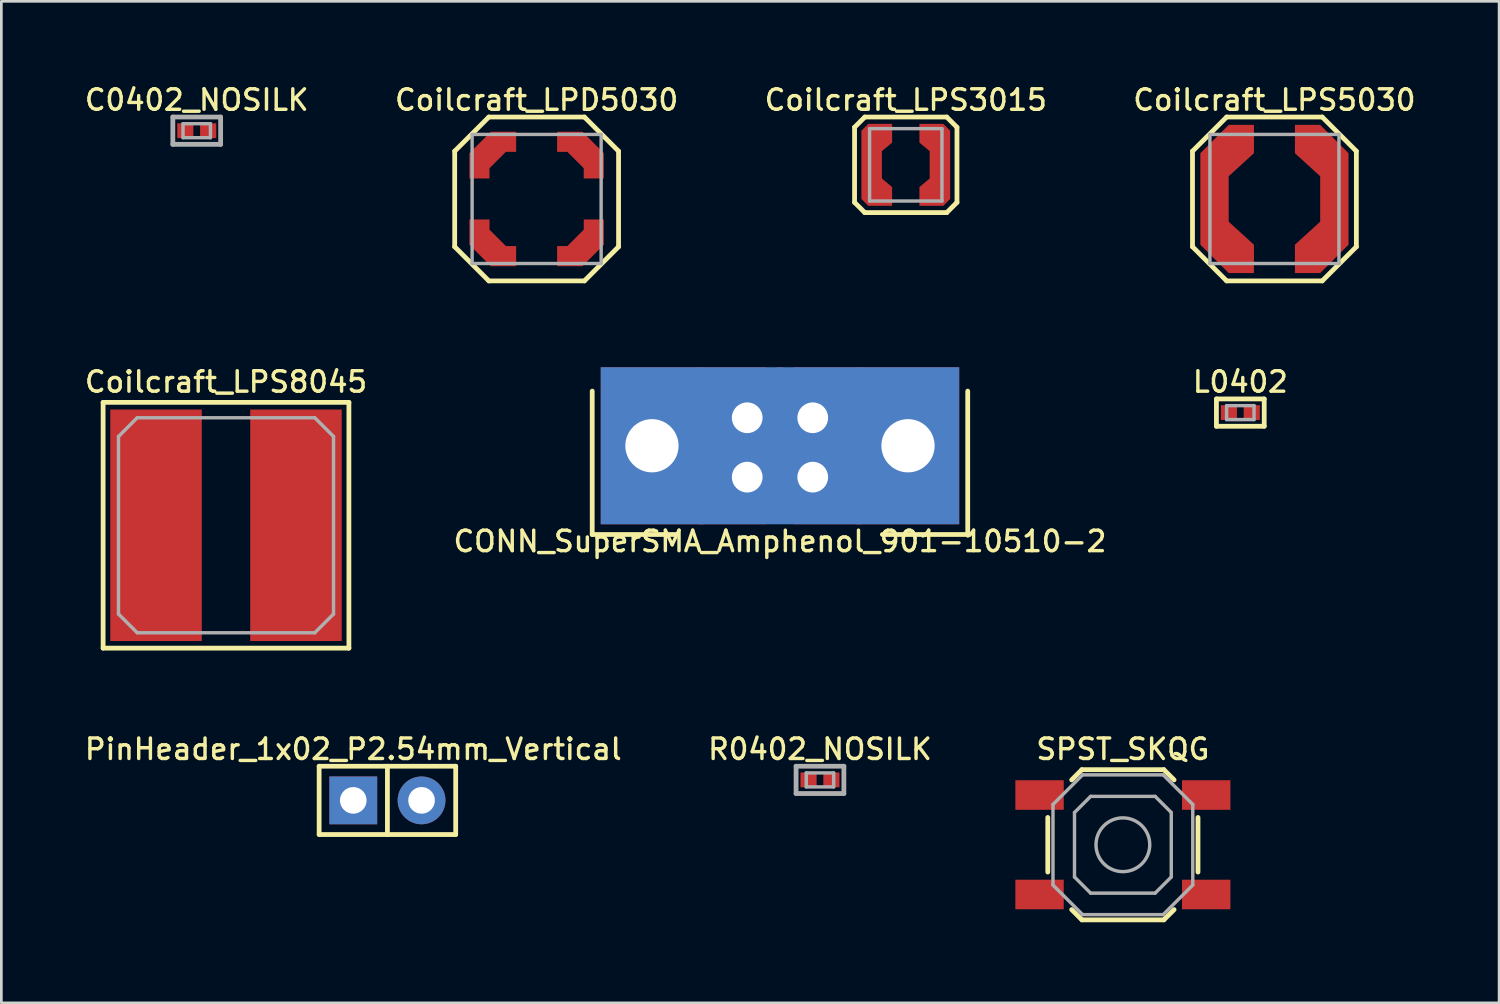
<source format=kicad_pcb>
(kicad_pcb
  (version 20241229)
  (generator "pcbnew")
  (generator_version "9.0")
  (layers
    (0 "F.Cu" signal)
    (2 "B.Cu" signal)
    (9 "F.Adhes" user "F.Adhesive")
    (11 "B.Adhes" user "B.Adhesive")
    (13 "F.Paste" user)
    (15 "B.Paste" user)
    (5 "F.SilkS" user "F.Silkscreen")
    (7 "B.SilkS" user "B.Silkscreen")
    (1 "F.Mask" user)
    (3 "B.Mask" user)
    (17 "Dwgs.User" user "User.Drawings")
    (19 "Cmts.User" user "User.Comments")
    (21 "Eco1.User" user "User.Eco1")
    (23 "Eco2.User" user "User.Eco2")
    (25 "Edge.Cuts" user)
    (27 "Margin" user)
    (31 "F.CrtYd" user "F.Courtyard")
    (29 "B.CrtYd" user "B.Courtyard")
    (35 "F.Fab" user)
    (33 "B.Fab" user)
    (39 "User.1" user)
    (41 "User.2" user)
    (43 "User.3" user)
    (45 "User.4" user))
  (footprint "C0402_NOSILK"
    (layer "F.Cu")
    (at 4.269 1.812)
    (property "Reference" "C0402_NOSILK" (at 0 -1.143 0) (layer "F.SilkS") (effects (font (size 0.762 0.762) (thickness 0.127))))
    (attr smd)
    (fp_line (start -0.889 -0.508) (end -0.889 0.508) (stroke (width 0.178) (type solid)) (layer "F.Fab"))
    (fp_line (start -0.889 -0.508) (end 0.889 -0.508) (stroke (width 0.178) (type solid)) (layer "F.Fab"))
    (fp_line (start -0.889 0.508) (end 0.889 0.508) (stroke (width 0.178) (type solid)) (layer "F.Fab"))
    (fp_line (start -0.51 -0.26) (end -0.51 0.26) (stroke (width 0.127) (type solid)) (layer "F.Fab"))
    (fp_line (start -0.51 -0.26) (end 0.51 -0.26) (stroke (width 0.127) (type solid)) (layer "F.Fab"))
    (fp_line (start -0.51 0.26) (end 0.51 0.26) (stroke (width 0.127) (type solid)) (layer "F.Fab"))
    (fp_line (start 0.51 -0.26) (end 0.51 0.26) (stroke (width 0.127) (type solid)) (layer "F.Fab"))
    (fp_line (start 0.889 -0.508) (end 0.889 0.508) (stroke (width 0.178) (type solid)) (layer "F.Fab"))
    (pad "1" smd rect (at -0.425 0) (size 0.6 0.55) (layers "F.Cu" "F.Mask" "F.Paste"))
    (pad "2" smd rect (at 0.425 0) (size 0.6 0.55) (layers "F.Cu" "F.Mask" "F.Paste")))
  (footprint "PinHeader_1x02_P2.54mm_Vertical"
    (layer "F.Cu")
    (at 10.093 26.726)
    (property "Reference" "PinHeader_1x02_P2.54mm_Vertical" (at 0 -1.905 0) (layer "F.SilkS") (effects (font (size 0.762 0.762) (thickness 0.127))))
    (attr through_hole)
    (fp_line (start -1.27 -1.27) (end 3.81 -1.27) (stroke (width 0.178) (type solid)) (layer "F.SilkS"))
    (fp_line (start -1.27 1.27) (end -1.27 -1.27) (stroke (width 0.178) (type solid)) (layer "F.SilkS"))
    (fp_line (start 1.27 -1.27) (end 1.27 1.27) (stroke (width 0.178) (type solid)) (layer "F.SilkS"))
    (fp_line (start 3.81 -1.27) (end 3.81 1.27) (stroke (width 0.178) (type solid)) (layer "F.SilkS"))
    (fp_line (start 3.81 1.27) (end -1.27 1.27) (stroke (width 0.178) (type solid)) (layer "F.SilkS"))
    (pad "1" thru_hole rect (at 0 0) (size 1.778 1.778) (drill 0.991) (layers "*.Cu" "*.Mask"))
    (pad "2" thru_hole circle (at 2.54 0) (size 1.778 1.778) (drill 0.991) (layers "*.Cu" "*.Mask")))
  (footprint "Coilcraft_LPS3015"
    (layer "F.Cu")
    (at 30.647 3.082)
    (property "Reference" "Coilcraft_LPS3015" (at 0 -2.413 0) (layer "F.SilkS") (effects (font (size 0.762 0.762) (thickness 0.127))))
    (attr smd)
    (fp_line (start -1.905 -1.397) (end -1.905 1.397) (stroke (width 0.178) (type solid)) (layer "F.SilkS"))
    (fp_line (start -1.905 1.397) (end -1.524 1.778) (stroke (width 0.178) (type solid)) (layer "F.SilkS"))
    (fp_line (start -1.524 -1.778) (end -1.905 -1.397) (stroke (width 0.178) (type solid)) (layer "F.SilkS"))
    (fp_line (start -1.524 1.778) (end 1.524 1.778) (stroke (width 0.178) (type solid)) (layer "F.SilkS"))
    (fp_line (start 1.524 -1.778) (end -1.524 -1.778) (stroke (width 0.178) (type solid)) (layer "F.SilkS"))
    (fp_line (start 1.524 1.778) (end 1.905 1.397) (stroke (width 0.178) (type solid)) (layer "F.SilkS"))
    (fp_line (start 1.905 -1.397) (end 1.524 -1.778) (stroke (width 0.178) (type solid)) (layer "F.SilkS"))
    (fp_line (start 1.905 1.397) (end 1.905 -1.397) (stroke (width 0.178) (type solid)) (layer "F.SilkS"))
    (fp_line (start -1.346 -1.346) (end -1.346 1.346) (stroke (width 0.127) (type solid)) (layer "F.Fab"))
    (fp_line (start -1.346 -1.346) (end 1.346 -1.346) (stroke (width 0.127) (type solid)) (layer "F.Fab"))
    (fp_line (start -1.346 1.346) (end 1.346 1.346) (stroke (width 0.127) (type solid)) (layer "F.Fab"))
    (fp_line (start 1.346 1.346) (end 1.346 -1.346) (stroke (width 0.127) (type solid)) (layer "F.Fab"))
    (pad "1" smd custom (at -1.27 0) (size 0.762 2.54) (layers "F.Cu" "F.Mask" "F.Paste") (options (anchor rect)) (primitives (gr_poly (pts (xy -0.381 -1.27) (xy -0.127 -1.524) (xy 0.762 -1.524) (xy 0.762 -0.826) (xy 0.381 -0.508) (xy 0.381 0.508) (xy 0.762 0.826) (xy 0.762 1.524) (xy -0.127 1.524) (xy -0.381 1.27)) (width 0) (fill yes))))
    (pad "2" smd custom (at 1.27 0 180) (size 0.762 2.54) (layers "F.Cu" "F.Mask" "F.Paste") (options (anchor rect)) (primitives (gr_poly (pts (xy -0.381 -1.27) (xy -0.127 -1.524) (xy 0.762 -1.524) (xy 0.762 -0.826) (xy 0.381 -0.508) (xy 0.381 0.508) (xy 0.762 0.826) (xy 0.762 1.524) (xy -0.127 1.524) (xy -0.381 1.27)) (width 0) (fill yes)))))
  (footprint "Coilcraft_LPS8045"
    (layer "F.Cu")
    (at 5.358 16.491)
    (property "Reference" "Coilcraft_LPS8045" (at 0 -5.334 0) (unlocked yes) (layer "F.SilkS") (effects (font (size 0.762 0.762) (thickness 0.127))))
    (attr smd)
    (fp_line (start -4.572 -4.572) (end 4.572 -4.572) (stroke (width 0.178) (type solid)) (layer "F.SilkS"))
    (fp_line (start -4.572 4.572) (end -4.572 -4.572) (stroke (width 0.178) (type solid)) (layer "F.SilkS"))
    (fp_line (start 4.572 -4.572) (end 4.572 4.572) (stroke (width 0.178) (type solid)) (layer "F.SilkS"))
    (fp_line (start 4.572 4.572) (end -4.572 4.572) (stroke (width 0.178) (type solid)) (layer "F.SilkS"))
    (fp_line (start -4 -3.302) (end -3.302 -4) (stroke (width 0.127) (type solid)) (layer "F.Fab"))
    (fp_line (start -4 3.302) (end -4 -3.302) (stroke (width 0.127) (type solid)) (layer "F.Fab"))
    (fp_line (start -3.302 -4) (end 3.302 -4) (stroke (width 0.127) (type solid)) (layer "F.Fab"))
    (fp_line (start -3.302 4) (end -4 3.302) (stroke (width 0.127) (type solid)) (layer "F.Fab"))
    (fp_line (start 3.302 -4) (end 4 -3.302) (stroke (width 0.127) (type solid)) (layer "F.Fab"))
    (fp_line (start 3.302 4) (end -3.302 4) (stroke (width 0.127) (type solid)) (layer "F.Fab"))
    (fp_line (start 4 -3.302) (end 4 3.302) (stroke (width 0.127) (type solid)) (layer "F.Fab"))
    (fp_line (start 4 3.302) (end 3.302 4) (stroke (width 0.127) (type solid)) (layer "F.Fab"))
    (pad "1" smd rect (at -2.603 0 180) (size 3.404 8.611) (layers "F.Cu" "F.Mask" "F.Paste"))
    (pad "2" smd rect (at 2.603 0) (size 3.404 8.611) (layers "F.Cu" "F.Mask" "F.Paste")))
  (footprint "R0402_NOSILK"
    (layer "F.Cu")
    (at 27.455 25.964)
    (property "Reference" "R0402_NOSILK" (at 0 -1.143 0) (layer "F.SilkS") (effects (font (size 0.762 0.762) (thickness 0.127))))
    (attr smd)
    (fp_line (start -0.889 -0.508) (end -0.889 0.508) (stroke (width 0.178) (type solid)) (layer "F.Fab"))
    (fp_line (start -0.889 -0.508) (end 0.889 -0.508) (stroke (width 0.178) (type solid)) (layer "F.Fab"))
    (fp_line (start -0.889 0.508) (end 0.889 0.508) (stroke (width 0.178) (type solid)) (layer "F.Fab"))
    (fp_line (start -0.51 -0.26) (end -0.51 0.26) (stroke (width 0.127) (type solid)) (layer "F.Fab"))
    (fp_line (start -0.51 -0.26) (end 0.51 -0.26) (stroke (width 0.127) (type solid)) (layer "F.Fab"))
    (fp_line (start -0.51 0.26) (end 0.51 0.26) (stroke (width 0.127) (type solid)) (layer "F.Fab"))
    (fp_line (start 0.51 -0.26) (end 0.51 0.26) (stroke (width 0.127) (type solid)) (layer "F.Fab"))
    (fp_line (start 0.889 0.508) (end 0.889 -0.508) (stroke (width 0.178) (type solid)) (layer "F.Fab"))
    (pad "1" smd rect (at -0.425 0) (size 0.6 0.55) (layers "F.Cu" "F.Mask" "F.Paste"))
    (pad "2" smd rect (at 0.425 0) (size 0.6 0.55) (layers "F.Cu" "F.Mask" "F.Paste")))
  (footprint "SPST_SKQG"
    (layer "F.Cu")
    (at 38.724 28.377)
    (property "Reference" "SPST_SKQG" (at 0 -3.556 0) (layer "F.SilkS") (effects (font (size 0.762 0.762) (thickness 0.127))))
    (attr smd)
    (fp_line (start -2.794 1.016) (end -2.794 -1.016) (stroke (width 0.178) (type solid)) (layer "F.SilkS"))
    (fp_line (start -1.905 -2.413) (end -1.524 -2.794) (stroke (width 0.178) (type solid)) (layer "F.SilkS"))
    (fp_line (start -1.905 2.413) (end -1.524 2.794) (stroke (width 0.178) (type solid)) (layer "F.SilkS"))
    (fp_line (start -1.524 -2.794) (end 1.524 -2.794) (stroke (width 0.178) (type solid)) (layer "F.SilkS"))
    (fp_line (start -1.524 2.794) (end 1.524 2.794) (stroke (width 0.178) (type solid)) (layer "F.SilkS"))
    (fp_line (start 1.524 -2.794) (end 1.905 -2.413) (stroke (width 0.178) (type solid)) (layer "F.SilkS"))
    (fp_line (start 1.524 2.794) (end 1.905 2.413) (stroke (width 0.178) (type solid)) (layer "F.SilkS"))
    (fp_line (start 2.794 -1.016) (end 2.794 1.016) (stroke (width 0.178) (type solid)) (layer "F.SilkS"))
    (fp_line (start -2.6 -1.5) (end -1.5 -2.6) (stroke (width 0.127) (type solid)) (layer "F.Fab"))
    (fp_line (start -2.6 1.5) (end -2.6 -1.5) (stroke (width 0.127) (type solid)) (layer "F.Fab"))
    (fp_line (start -1.8 -1.2) (end -1.2 -1.8) (stroke (width 0.127) (type solid)) (layer "F.Fab"))
    (fp_line (start -1.8 1.2) (end -1.8 -1.2) (stroke (width 0.127) (type solid)) (layer "F.Fab"))
    (fp_line (start -1.5 -2.6) (end 1.5 -2.6) (stroke (width 0.127) (type solid)) (layer "F.Fab"))
    (fp_line (start -1.5 2.6) (end -2.6 1.5) (stroke (width 0.127) (type solid)) (layer "F.Fab"))
    (fp_line (start -1.2 -1.8) (end 1.2 -1.8) (stroke (width 0.127) (type solid)) (layer "F.Fab"))
    (fp_line (start -1.2 1.8) (end -1.8 1.2) (stroke (width 0.127) (type solid)) (layer "F.Fab"))
    (fp_line (start 1.2 -1.8) (end 1.8 -1.2) (stroke (width 0.127) (type solid)) (layer "F.Fab"))
    (fp_line (start 1.2 1.8) (end -1.2 1.8) (stroke (width 0.127) (type solid)) (layer "F.Fab"))
    (fp_line (start 1.5 -2.6) (end 2.6 -1.5) (stroke (width 0.127) (type solid)) (layer "F.Fab"))
    (fp_line (start 1.5 2.6) (end -1.5 2.6) (stroke (width 0.127) (type solid)) (layer "F.Fab"))
    (fp_line (start 1.8 -1.2) (end 1.8 1.2) (stroke (width 0.127) (type solid)) (layer "F.Fab"))
    (fp_line (start 1.8 1.2) (end 1.2 1.8) (stroke (width 0.127) (type solid)) (layer "F.Fab"))
    (fp_line (start 2.6 -1.5) (end 2.6 1.5) (stroke (width 0.127) (type solid)) (layer "F.Fab"))
    (fp_line (start 2.6 1.5) (end 1.5 2.6) (stroke (width 0.127) (type solid)) (layer "F.Fab"))
    (fp_circle (center 0 0) (end 1 0) (stroke (width 0.127) (type solid)) (fill no) (layer "F.Fab"))
    (pad "1" smd rect (at -3.1 -1.85) (size 1.8 1.1) (layers "F.Cu" "F.Mask" "F.Paste"))
    (pad "1" smd rect (at 3.1 -1.85) (size 1.8 1.1) (layers "F.Cu" "F.Mask" "F.Paste"))
    (pad "2" smd rect (at -3.1 1.85) (size 1.8 1.1) (layers "F.Cu" "F.Mask" "F.Paste"))
    (pad "2" smd rect (at 3.1 1.85) (size 1.8 1.1) (layers "F.Cu" "F.Mask" "F.Paste")))
  (footprint "CONN_SuperSMA_Amphenol_901-10510-2"
    (layer "F.Cu")
    (at 25.967 10.739)
    (property "Reference" "CONN_SuperSMA_Amphenol_901-10510-2" (at 0 6.35 0) (layer "F.SilkS") (effects (font (size 0.762 0.762) (thickness 0.127))))
    (attr through_hole)
    (fp_poly (pts (xy -2.921 -0.127) (xy 2.921 -0.127) (xy 2.921 5.715) (xy -2.921 5.715)) (stroke (width 0) (type solid)) (fill yes) (layer "F.Mask"))
    (fp_line (start -6.985 6.096) (end -6.985 0.762) (stroke (width 0.178) (type solid)) (layer "F.SilkS"))
    (fp_line (start -3.81 6.096) (end -6.985 6.096) (stroke (width 0.178) (type solid)) (layer "F.SilkS"))
    (fp_line (start 6.985 0.762) (end 6.985 6.096) (stroke (width 0.178) (type solid)) (layer "F.SilkS"))
    (fp_line (start 6.985 6.096) (end 3.81 6.096) (stroke (width 0.178) (type solid)) (layer "F.SilkS"))
    (pad "0" thru_hole rect (at -4.763 2.794) (size 3.81 5.842) (drill 1.981) (layers "*.Cu" "*.Mask"))
    (pad "0" smd rect (at -1.778 2.794) (size 2.54 5.842) (layers "F.Cu" "F.Mask"))
    (pad "0" thru_hole rect (at -1.219 1.753) (size 1.27 1.27) (drill 1.143) (layers "*.Cu" "*.Mask"))
    (pad "0" thru_hole rect (at -1.219 3.962) (size 1.27 1.27) (drill 1.143) (layers "*.Cu" "*.Mask"))
    (pad "0" smd rect (at 0 2.794) (size 5.842 5.842) (layers "B.Cu" "B.Mask"))
    (pad "0" thru_hole rect (at 1.219 1.753) (size 1.27 1.27) (drill 1.143) (layers "*.Cu" "*.Mask"))
    (pad "0" thru_hole rect (at 1.219 3.962) (size 1.27 1.27) (drill 1.143) (layers "*.Cu" "*.Mask"))
    (pad "0" smd rect (at 1.778 2.794) (size 2.54 5.842) (layers "F.Cu" "F.Mask"))
    (pad "0" thru_hole rect (at 4.763 2.794) (size 3.81 5.842) (drill 1.981) (layers "*.Cu" "*.Mask"))
    (pad "1" smd rect (at 0 0.635) (size 0.254 1.524) (layers "F.Cu" "F.Mask")))
  (footprint "Coilcraft_LPS5030"
    (layer "F.Cu")
    (at 44.362 4.352)
    (property "Reference" "Coilcraft_LPS5030" (at 0 -3.683 0) (layer "F.SilkS") (effects (font (size 0.762 0.762) (thickness 0.127))))
    (attr smd)
    (fp_line (start -3.048 -1.778) (end -1.778 -3.048) (stroke (width 0.178) (type solid)) (layer "F.SilkS"))
    (fp_line (start -3.048 1.778) (end -3.048 -1.778) (stroke (width 0.178) (type solid)) (layer "F.SilkS"))
    (fp_line (start -1.778 -3.048) (end 1.778 -3.048) (stroke (width 0.178) (type solid)) (layer "F.SilkS"))
    (fp_line (start -1.778 3.048) (end -3.048 1.778) (stroke (width 0.178) (type solid)) (layer "F.SilkS"))
    (fp_line (start 1.778 -3.048) (end 3.048 -1.778) (stroke (width 0.178) (type solid)) (layer "F.SilkS"))
    (fp_line (start 1.778 3.048) (end -1.778 3.048) (stroke (width 0.178) (type solid)) (layer "F.SilkS"))
    (fp_line (start 3.048 -1.778) (end 3.048 1.778) (stroke (width 0.178) (type solid)) (layer "F.SilkS"))
    (fp_line (start 3.048 1.778) (end 1.778 3.048) (stroke (width 0.178) (type solid)) (layer "F.SilkS"))
    (fp_line (start -2.4 -2.4) (end -2.4 2.4) (stroke (width 0.127) (type solid)) (layer "F.Fab"))
    (fp_line (start -2.4 2.4) (end 2.4 2.4) (stroke (width 0.127) (type solid)) (layer "F.Fab"))
    (fp_line (start 2.4 -2.4) (end -2.4 -2.4) (stroke (width 0.127) (type solid)) (layer "F.Fab"))
    (fp_line (start 2.4 2.4) (end 2.4 -2.4) (stroke (width 0.127) (type solid)) (layer "F.Fab"))
    (pad "1" smd custom (at -2.229 0) (size 0.762 2.54) (layers "F.Cu" "F.Mask" "F.Paste") (options (anchor rect)) (primitives (gr_poly (pts (xy -0.527 -1.702) (xy 0.527 -2.756) (xy 1.467 -2.756) (xy 1.467 -1.702) (xy 0.527 -0.845) (xy 0.527 0.845) (xy 1.467 1.702) (xy 1.467 2.756) (xy 0.527 2.756) (xy -0.527 1.702)) (width 0) (fill yes))))
    (pad "2" smd custom (at 2.229 0 180) (size 0.762 2.54) (layers "F.Cu" "F.Mask" "F.Paste") (options (anchor rect)) (primitives (gr_poly (pts (xy -0.527 -1.702) (xy 0.527 -2.756) (xy 1.467 -2.756) (xy 1.467 -1.702) (xy 0.527 -0.845) (xy 0.527 0.845) (xy 1.467 1.702) (xy 1.467 2.756) (xy 0.527 2.756) (xy -0.527 1.702)) (width 0) (fill yes)))))
  (footprint "Coilcraft_LPD5030"
    (layer "F.Cu")
    (at 16.914 4.352)
    (property "Reference" "Coilcraft_LPD5030" (at 0 -3.683 0) (layer "F.SilkS") (effects (font (size 0.762 0.762) (thickness 0.127))))
    (attr smd)
    (fp_line (start -3.048 -1.778) (end -1.778 -3.048) (stroke (width 0.178) (type solid)) (layer "F.SilkS"))
    (fp_line (start -3.048 1.778) (end -3.048 -1.778) (stroke (width 0.178) (type solid)) (layer "F.SilkS"))
    (fp_line (start -1.778 -3.048) (end 1.778 -3.048) (stroke (width 0.178) (type solid)) (layer "F.SilkS"))
    (fp_line (start -1.778 3.048) (end -3.048 1.778) (stroke (width 0.178) (type solid)) (layer "F.SilkS"))
    (fp_line (start 1.778 -3.048) (end 3.048 -1.778) (stroke (width 0.178) (type solid)) (layer "F.SilkS"))
    (fp_line (start 1.778 3.048) (end -1.778 3.048) (stroke (width 0.178) (type solid)) (layer "F.SilkS"))
    (fp_line (start 3.048 -1.778) (end 3.048 1.778) (stroke (width 0.178) (type solid)) (layer "F.SilkS"))
    (fp_line (start 3.048 1.778) (end 1.778 3.048) (stroke (width 0.178) (type solid)) (layer "F.SilkS"))
    (fp_line (start -2.4 -2.4) (end -2.4 2.4) (stroke (width 0.127) (type solid)) (layer "F.Fab"))
    (fp_line (start -2.4 2.4) (end 2.4 2.4) (stroke (width 0.127) (type solid)) (layer "F.Fab"))
    (fp_line (start 2.4 -2.4) (end -2.4 -2.4) (stroke (width 0.127) (type solid)) (layer "F.Fab"))
    (fp_line (start 2.4 2.4) (end 2.4 -2.4) (stroke (width 0.127) (type solid)) (layer "F.Fab"))
    (pad "1" smd custom (at -1.753 -1.753) (size 0.762 0.762) (layers "F.Cu" "F.Mask" "F.Paste") (options (anchor circle)) (primitives (gr_poly (pts (xy 0.61 0) (xy 0.991 0) (xy 0.991 -0.749) (xy 0.051 -0.749) (xy -0.749 0.051) (xy -0.749 0.991) (xy 0 0.991) (xy 0 0.61)) (width 0) (fill yes))))
    (pad "2" smd custom (at -1.753 1.753 90) (size 0.762 0.762) (layers "F.Cu" "F.Mask" "F.Paste") (options (anchor circle)) (primitives (gr_poly (pts (xy 0.61 0) (xy 0.991 0) (xy 0.991 -0.749) (xy 0.051 -0.749) (xy -0.749 0.051) (xy -0.749 0.991) (xy 0 0.991) (xy 0 0.61)) (width 0) (fill yes))))
    (pad "3" smd custom (at 1.753 1.753 180) (size 0.762 0.762) (layers "F.Cu" "F.Mask" "F.Paste") (options (anchor circle)) (primitives (gr_poly (pts (xy 0.61 0) (xy 0.991 0) (xy 0.991 -0.749) (xy 0.051 -0.749) (xy -0.749 0.051) (xy -0.749 0.991) (xy 0 0.991) (xy 0 0.61)) (width 0) (fill yes))))
    (pad "4" smd custom (at 1.753 -1.753 270) (size 0.762 0.762) (layers "F.Cu" "F.Mask" "F.Paste") (options (anchor circle)) (primitives (gr_poly (pts (xy 0.61 0) (xy 0.991 0) (xy 0.991 -0.749) (xy 0.051 -0.749) (xy -0.749 0.051) (xy -0.749 0.991) (xy 0 0.991) (xy 0 0.61)) (width 0) (fill yes)))))
  (footprint "L0402"
    (layer "F.Cu")
    (at 43.093 12.3)
    (property "Reference" "L0402" (at 0 -1.143 0) (layer "F.SilkS") (effects (font (size 0.762 0.762) (thickness 0.127))))
    (attr smd)
    (fp_line (start -0.889 -0.508) (end 0.889 -0.508) (stroke (width 0.178) (type solid)) (layer "F.SilkS"))
    (fp_line (start -0.889 0.508) (end -0.889 -0.508) (stroke (width 0.178) (type solid)) (layer "F.SilkS"))
    (fp_line (start 0.889 -0.508) (end 0.889 0.508) (stroke (width 0.178) (type solid)) (layer "F.SilkS"))
    (fp_line (start 0.889 0.508) (end -0.889 0.508) (stroke (width 0.178) (type solid)) (layer "F.SilkS"))
    (fp_line (start -0.51 -0.26) (end -0.51 0.26) (stroke (width 0.127) (type solid)) (layer "F.Fab"))
    (fp_line (start -0.51 -0.26) (end 0.51 -0.26) (stroke (width 0.127) (type solid)) (layer "F.Fab"))
    (fp_line (start -0.51 0.26) (end 0.51 0.26) (stroke (width 0.127) (type solid)) (layer "F.Fab"))
    (fp_line (start 0.51 -0.26) (end 0.51 0.26) (stroke (width 0.127) (type solid)) (layer "F.Fab"))
    (pad "1" smd rect (at -0.425 0) (size 0.6 0.55) (layers "F.Cu" "F.Mask" "F.Paste"))
    (pad "2" smd rect (at 0.425 0) (size 0.6 0.55) (layers "F.Cu" "F.Mask" "F.Paste")))
  (gr_rect
    (start -3 -3)
    (end 52.72 34.26)
    (stroke (width 0.1) (type default))
    (fill no)
    (layer "Edge.Cuts")))
</source>
